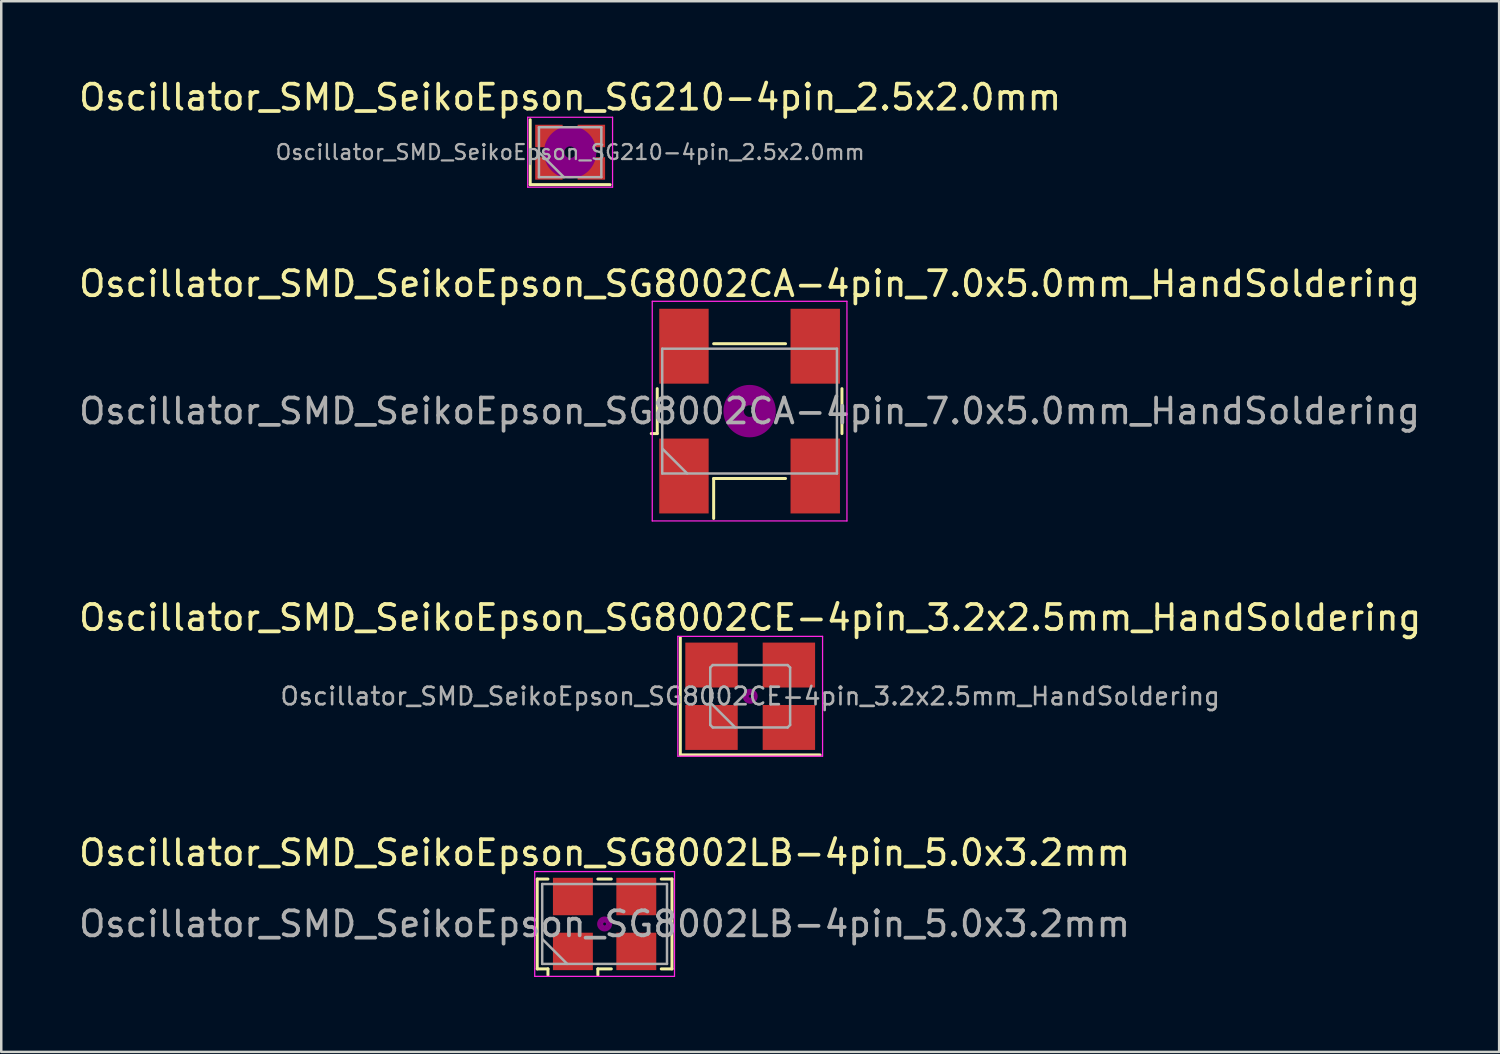
<source format=kicad_pcb>
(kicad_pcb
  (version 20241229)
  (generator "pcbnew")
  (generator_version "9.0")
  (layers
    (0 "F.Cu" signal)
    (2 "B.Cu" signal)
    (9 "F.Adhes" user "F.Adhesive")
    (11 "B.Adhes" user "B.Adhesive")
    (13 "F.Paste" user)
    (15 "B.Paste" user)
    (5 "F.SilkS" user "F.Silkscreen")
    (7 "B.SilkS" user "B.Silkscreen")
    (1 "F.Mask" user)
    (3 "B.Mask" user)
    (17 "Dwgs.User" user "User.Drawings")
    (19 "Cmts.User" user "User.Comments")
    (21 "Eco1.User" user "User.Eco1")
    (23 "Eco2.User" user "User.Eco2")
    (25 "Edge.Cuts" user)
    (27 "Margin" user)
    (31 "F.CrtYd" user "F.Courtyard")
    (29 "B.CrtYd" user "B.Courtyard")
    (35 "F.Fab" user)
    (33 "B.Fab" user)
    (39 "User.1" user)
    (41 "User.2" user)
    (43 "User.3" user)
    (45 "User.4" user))
  (footprint "Oscillator_SMD_SeikoEpson_SG8002CA-4pin_7.0x5.0mm_HandSoldering"
    (layer "F.Cu")
    (at 26.982 13.421)
    (property "Reference" "Oscillator_SMD_SeikoEpson_SG8002CA-4pin_7.0x5.0mm_HandSoldering" (at 0 -5.1 0) (layer "F.SilkS") (effects (font (size 1 1) (thickness 0.15))))
    (attr smd)
    (fp_line (start -3.94 0.9) (end -3.7 0.9) (stroke (width 0.12) (type solid)) (layer "F.SilkS"))
    (fp_line (start -3.7 0.9) (end -3.7 -0.9) (stroke (width 0.12) (type solid)) (layer "F.SilkS"))
    (fp_line (start -1.44 -2.7) (end 1.44 -2.7) (stroke (width 0.12) (type solid)) (layer "F.SilkS"))
    (fp_line (start -1.44 2.7) (end -1.44 4.3) (stroke (width 0.12) (type solid)) (layer "F.SilkS"))
    (fp_line (start 1.44 2.7) (end -1.44 2.7) (stroke (width 0.12) (type solid)) (layer "F.SilkS"))
    (fp_line (start 3.7 -0.9) (end 3.7 0.9) (stroke (width 0.12) (type solid)) (layer "F.SilkS"))
    (fp_circle (center 0 0) (end 0.233 0) (stroke (width 0.467) (type solid)) (fill no) (layer "F.Adhes"))
    (fp_circle (center 0 0) (end 0.533 0) (stroke (width 0.333) (type solid)) (fill no) (layer "F.Adhes"))
    (fp_circle (center 0 0) (end 0.833 0) (stroke (width 0.333) (type solid)) (fill no) (layer "F.Adhes"))
    (fp_circle (center 0 0) (end 1 0) (stroke (width 0.1) (type solid)) (fill no) (layer "F.Adhes"))
    (fp_line (start -3.9 -4.4) (end -3.9 4.4) (stroke (width 0.05) (type solid)) (layer "F.CrtYd"))
    (fp_line (start -3.9 4.4) (end 3.9 4.4) (stroke (width 0.05) (type solid)) (layer "F.CrtYd"))
    (fp_line (start 3.9 -4.4) (end -3.9 -4.4) (stroke (width 0.05) (type solid)) (layer "F.CrtYd"))
    (fp_line (start 3.9 4.4) (end 3.9 -4.4) (stroke (width 0.05) (type solid)) (layer "F.CrtYd"))
    (fp_line (start -3.5 -2.5) (end -3.5 2.5) (stroke (width 0.1) (type solid)) (layer "F.Fab"))
    (fp_line (start -3.5 1.5) (end -2.5 2.5) (stroke (width 0.1) (type solid)) (layer "F.Fab"))
    (fp_line (start -3.5 2.5) (end 3.5 2.5) (stroke (width 0.1) (type solid)) (layer "F.Fab"))
    (fp_line (start 3.5 -2.5) (end -3.5 -2.5) (stroke (width 0.1) (type solid)) (layer "F.Fab"))
    (fp_line (start 3.5 2.5) (end 3.5 -2.5) (stroke (width 0.1) (type solid)) (layer "F.Fab"))
    (fp_text user "${REFERENCE}" (at 0 0 0) (layer "F.Fab") (effects (font (size 1 1) (thickness 0.15))))
    (pad "1" smd rect (at -2.63 2.6) (size 1.98 3) (layers "F.Cu" "F.Mask" "F.Paste"))
    (pad "2" smd rect (at 2.63 2.6) (size 1.98 3) (layers "F.Cu" "F.Mask" "F.Paste"))
    (pad "3" smd rect (at 2.63 -2.6) (size 1.98 3) (layers "F.Cu" "F.Mask" "F.Paste"))
    (pad "4" smd rect (at -2.63 -2.6) (size 1.98 3) (layers "F.Cu" "F.Mask" "F.Paste")))
  (footprint "Oscillator_SMD_SeikoEpson_SG8002LB-4pin_5.0x3.2mm"
    (layer "F.Cu")
    (at 21.173 33.968)
    (property "Reference" "Oscillator_SMD_SeikoEpson_SG8002LB-4pin_5.0x3.2mm" (at 0 -2.85 0) (layer "F.SilkS") (effects (font (size 1 1) (thickness 0.15))))
    (attr smd)
    (fp_line (start -2.7 -1.8) (end -2.27 -1.8) (stroke (width 0.12) (type solid)) (layer "F.SilkS"))
    (fp_line (start -2.7 1.8) (end -2.7 -1.8) (stroke (width 0.12) (type solid)) (layer "F.SilkS"))
    (fp_line (start -2.27 1.8) (end -2.7 1.8) (stroke (width 0.12) (type solid)) (layer "F.SilkS"))
    (fp_line (start -2.27 2.05) (end -2.27 1.8) (stroke (width 0.12) (type solid)) (layer "F.SilkS"))
    (fp_line (start -0.27 -1.8) (end 0.27 -1.8) (stroke (width 0.12) (type solid)) (layer "F.SilkS"))
    (fp_line (start -0.27 1.8) (end -0.27 2.05) (stroke (width 0.12) (type solid)) (layer "F.SilkS"))
    (fp_line (start 0.27 1.8) (end -0.27 1.8) (stroke (width 0.12) (type solid)) (layer "F.SilkS"))
    (fp_line (start 2.27 -1.8) (end 2.7 -1.8) (stroke (width 0.12) (type solid)) (layer "F.SilkS"))
    (fp_line (start 2.7 -1.8) (end 2.7 1.8) (stroke (width 0.12) (type solid)) (layer "F.SilkS"))
    (fp_line (start 2.7 1.8) (end 2.27 1.8) (stroke (width 0.12) (type solid)) (layer "F.SilkS"))
    (fp_circle (center 0 0) (end 0.058 0) (stroke (width 0.117) (type solid)) (fill no) (layer "F.Adhes"))
    (fp_circle (center 0 0) (end 0.133 0) (stroke (width 0.083) (type solid)) (fill no) (layer "F.Adhes"))
    (fp_circle (center 0 0) (end 0.208 0) (stroke (width 0.083) (type solid)) (fill no) (layer "F.Adhes"))
    (fp_circle (center 0 0) (end 0.25 0) (stroke (width 0.1) (type solid)) (fill no) (layer "F.Adhes"))
    (fp_line (start -2.8 -2.1) (end -2.8 2.1) (stroke (width 0.05) (type solid)) (layer "F.CrtYd"))
    (fp_line (start -2.8 2.1) (end 2.8 2.1) (stroke (width 0.05) (type solid)) (layer "F.CrtYd"))
    (fp_line (start 2.8 -2.1) (end -2.8 -2.1) (stroke (width 0.05) (type solid)) (layer "F.CrtYd"))
    (fp_line (start 2.8 2.1) (end 2.8 -2.1) (stroke (width 0.05) (type solid)) (layer "F.CrtYd"))
    (fp_line (start -2.5 -1.6) (end -2.5 1.6) (stroke (width 0.1) (type solid)) (layer "F.Fab"))
    (fp_line (start -2.5 0.6) (end -1.5 1.6) (stroke (width 0.1) (type solid)) (layer "F.Fab"))
    (fp_line (start -2.5 1.6) (end 2.5 1.6) (stroke (width 0.1) (type solid)) (layer "F.Fab"))
    (fp_line (start 2.5 -1.6) (end -2.5 -1.6) (stroke (width 0.1) (type solid)) (layer "F.Fab"))
    (fp_line (start 2.5 1.6) (end 2.5 -1.6) (stroke (width 0.1) (type solid)) (layer "F.Fab"))
    (fp_text user "${REFERENCE}" (at 0 0 0) (layer "F.Fab") (effects (font (size 1 1) (thickness 0.15))))
    (pad "1" smd rect (at -1.27 1.1) (size 1.6 1.5) (layers "F.Cu" "F.Mask" "F.Paste"))
    (pad "2" smd rect (at 1.27 1.1) (size 1.6 1.5) (layers "F.Cu" "F.Mask" "F.Paste"))
    (pad "3" smd rect (at 1.27 -1.1) (size 1.6 1.5) (layers "F.Cu" "F.Mask" "F.Paste"))
    (pad "4" smd rect (at -1.27 -1.1) (size 1.6 1.5) (layers "F.Cu" "F.Mask" "F.Paste")))
  (footprint "Oscillator_SMD_SeikoEpson_SG210-4pin_2.5x2.0mm"
    (layer "F.Cu")
    (at 19.792 3.048)
    (property "Reference" "Oscillator_SMD_SeikoEpson_SG210-4pin_2.5x2.0mm" (at 0 -2.2 0) (layer "F.SilkS") (effects (font (size 1 1) (thickness 0.15))))
    (attr smd)
    (fp_line (start -1.6 -1.3) (end -1.6 1.3) (stroke (width 0.12) (type solid)) (layer "F.SilkS"))
    (fp_line (start -1.6 1.3) (end 1.6 1.3) (stroke (width 0.12) (type solid)) (layer "F.SilkS"))
    (fp_circle (center 0 0) (end 0.233 0) (stroke (width 0.467) (type solid)) (fill no) (layer "F.Adhes"))
    (fp_circle (center 0 0) (end 0.533 0) (stroke (width 0.333) (type solid)) (fill no) (layer "F.Adhes"))
    (fp_circle (center 0 0) (end 0.833 0) (stroke (width 0.333) (type solid)) (fill no) (layer "F.Adhes"))
    (fp_circle (center 0 0) (end 1 0) (stroke (width 0.1) (type solid)) (fill no) (layer "F.Adhes"))
    (fp_line (start -1.7 -1.4) (end -1.7 1.4) (stroke (width 0.05) (type solid)) (layer "F.CrtYd"))
    (fp_line (start -1.7 1.4) (end 1.7 1.4) (stroke (width 0.05) (type solid)) (layer "F.CrtYd"))
    (fp_line (start 1.7 -1.4) (end -1.7 -1.4) (stroke (width 0.05) (type solid)) (layer "F.CrtYd"))
    (fp_line (start 1.7 1.4) (end 1.7 -1.4) (stroke (width 0.05) (type solid)) (layer "F.CrtYd"))
    (fp_line (start -1.25 -1) (end -1.25 1) (stroke (width 0.1) (type solid)) (layer "F.Fab"))
    (fp_line (start -1.25 0) (end -0.25 1) (stroke (width 0.1) (type solid)) (layer "F.Fab"))
    (fp_line (start -1.25 1) (end 1.25 1) (stroke (width 0.1) (type solid)) (layer "F.Fab"))
    (fp_line (start 1.25 -1) (end -1.25 -1) (stroke (width 0.1) (type solid)) (layer "F.Fab"))
    (fp_line (start 1.25 1) (end 1.25 -1) (stroke (width 0.1) (type solid)) (layer "F.Fab"))
    (fp_text user "${REFERENCE}" (at 0 0 0) (layer "F.Fab") (effects (font (size 0.6 0.6) (thickness 0.09))))
    (pad "1" smd rect (at -0.85 0.65) (size 1.1 0.9) (layers "F.Cu" "F.Mask" "F.Paste"))
    (pad "2" smd rect (at 0.85 0.65) (size 1.1 0.9) (layers "F.Cu" "F.Mask" "F.Paste"))
    (pad "3" smd rect (at 0.85 -0.65) (size 1.1 0.9) (layers "F.Cu" "F.Mask" "F.Paste"))
    (pad "4" smd rect (at -0.85 -0.65) (size 1.1 0.9) (layers "F.Cu" "F.Mask" "F.Paste")))
  (footprint "Oscillator_SMD_SeikoEpson_SG8002CE-4pin_3.2x2.5mm_HandSoldering"
    (layer "F.Cu")
    (at 27.006 24.845)
    (property "Reference" "Oscillator_SMD_SeikoEpson_SG8002CE-4pin_3.2x2.5mm_HandSoldering" (at 0 -3.15 0) (layer "F.SilkS") (effects (font (size 1 1) (thickness 0.15))))
    (attr smd)
    (fp_line (start -2.8 -2.35) (end -2.8 2.35) (stroke (width 0.12) (type solid)) (layer "F.SilkS"))
    (fp_line (start -2.8 2.35) (end 2.8 2.35) (stroke (width 0.12) (type solid)) (layer "F.SilkS"))
    (fp_circle (center 0 0) (end 0.058 0) (stroke (width 0.117) (type solid)) (fill no) (layer "F.Adhes"))
    (fp_circle (center 0 0) (end 0.133 0) (stroke (width 0.083) (type solid)) (fill no) (layer "F.Adhes"))
    (fp_circle (center 0 0) (end 0.208 0) (stroke (width 0.083) (type solid)) (fill no) (layer "F.Adhes"))
    (fp_circle (center 0 0) (end 0.25 0) (stroke (width 0.1) (type solid)) (fill no) (layer "F.Adhes"))
    (fp_line (start -2.9 -2.4) (end -2.9 2.4) (stroke (width 0.05) (type solid)) (layer "F.CrtYd"))
    (fp_line (start -2.9 2.4) (end 2.9 2.4) (stroke (width 0.05) (type solid)) (layer "F.CrtYd"))
    (fp_line (start 2.9 -2.4) (end -2.9 -2.4) (stroke (width 0.05) (type solid)) (layer "F.CrtYd"))
    (fp_line (start 2.9 2.4) (end 2.9 -2.4) (stroke (width 0.05) (type solid)) (layer "F.CrtYd"))
    (fp_line (start -1.6 -1.15) (end -1.5 -1.25) (stroke (width 0.1) (type solid)) (layer "F.Fab"))
    (fp_line (start -1.6 0.25) (end -0.6 1.25) (stroke (width 0.1) (type solid)) (layer "F.Fab"))
    (fp_line (start -1.6 1.15) (end -1.6 -1.15) (stroke (width 0.1) (type solid)) (layer "F.Fab"))
    (fp_line (start -1.5 -1.25) (end 1.5 -1.25) (stroke (width 0.1) (type solid)) (layer "F.Fab"))
    (fp_line (start -1.5 1.25) (end -1.6 1.15) (stroke (width 0.1) (type solid)) (layer "F.Fab"))
    (fp_line (start 1.5 -1.25) (end 1.6 -1.15) (stroke (width 0.1) (type solid)) (layer "F.Fab"))
    (fp_line (start 1.5 1.25) (end -1.5 1.25) (stroke (width 0.1) (type solid)) (layer "F.Fab"))
    (fp_line (start 1.6 -1.15) (end 1.6 1.15) (stroke (width 0.1) (type solid)) (layer "F.Fab"))
    (fp_line (start 1.6 1.15) (end 1.5 1.25) (stroke (width 0.1) (type solid)) (layer "F.Fab"))
    (fp_text user "${REFERENCE}" (at 0 0 0) (layer "F.Fab") (effects (font (size 0.7 0.7) (thickness 0.105))))
    (pad "1" smd rect (at -1.55 1.25) (size 2.1 1.8) (layers "F.Cu" "F.Mask" "F.Paste"))
    (pad "2" smd rect (at 1.55 1.25) (size 2.1 1.8) (layers "F.Cu" "F.Mask" "F.Paste"))
    (pad "3" smd rect (at 1.55 -1.25) (size 2.1 1.8) (layers "F.Cu" "F.Mask" "F.Paste"))
    (pad "4" smd rect (at -1.55 -1.25) (size 2.1 1.8) (layers "F.Cu" "F.Mask" "F.Paste")))
  (gr_rect
    (start -3 -3)
    (end 57.012 39.093)
    (stroke (width 0.1) (type default))
    (fill no)
    (layer "Edge.Cuts")))
</source>
